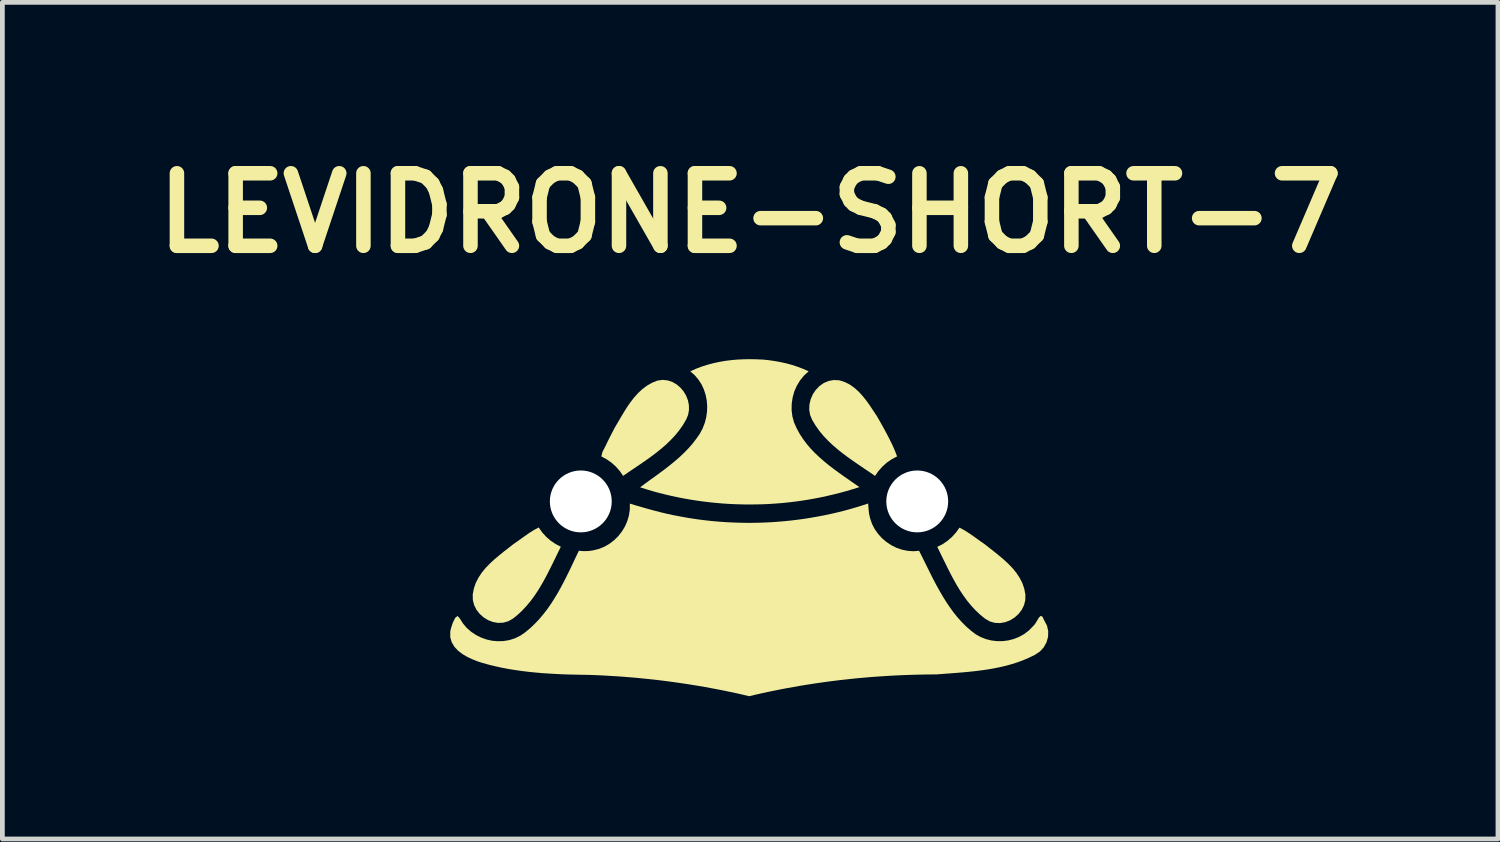
<source format=kicad_pcb>
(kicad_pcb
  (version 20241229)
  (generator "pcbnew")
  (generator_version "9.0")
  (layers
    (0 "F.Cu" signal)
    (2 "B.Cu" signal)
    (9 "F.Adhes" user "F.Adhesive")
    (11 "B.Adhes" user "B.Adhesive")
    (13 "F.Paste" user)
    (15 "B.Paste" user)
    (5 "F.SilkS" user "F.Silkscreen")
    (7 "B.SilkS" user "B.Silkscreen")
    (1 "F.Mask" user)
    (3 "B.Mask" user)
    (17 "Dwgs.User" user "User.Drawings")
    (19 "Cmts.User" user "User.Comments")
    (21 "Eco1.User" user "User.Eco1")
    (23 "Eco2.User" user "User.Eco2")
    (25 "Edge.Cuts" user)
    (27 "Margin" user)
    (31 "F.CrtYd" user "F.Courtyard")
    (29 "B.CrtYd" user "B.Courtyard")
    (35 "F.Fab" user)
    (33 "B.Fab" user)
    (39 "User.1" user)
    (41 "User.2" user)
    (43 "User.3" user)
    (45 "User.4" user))
  (footprint "LEVIDRONE-SHORT-7"
    (layer "F.Cu")
    (at 12.715 8.027)
    (property "Reference" "LEVIDRONE-SHORT-7" (at 0 -6.601 0) (layer "F.SilkS") (effects (font (size 1.524 1.524) (thickness 0.305))))
    (attr smd)
    (fp_poly (pts (xy 2.649 -2.355) (xy 2.718 -2.235) (xy 2.788 -2.111) (xy 2.856 -1.986) (xy 2.922 -1.86) (xy 2.984 -1.734) (xy 3.039 -1.609) (xy 3.087 -1.486) (xy 2.976 -1.428) (xy 2.872 -1.356) (xy 2.779 -1.273) (xy 2.695 -1.179) (xy 2.624 -1.076) (xy 2.512 -1.153) (xy 2.398 -1.229) (xy 2.284 -1.307) (xy 2.17 -1.385) (xy 2.057 -1.465) (xy 1.946 -1.548) (xy 1.838 -1.634) (xy 1.734 -1.723) (xy 1.635 -1.817) (xy 1.541 -1.916) (xy 1.454 -2.021) (xy 1.375 -2.132) (xy 1.303 -2.251) (xy 1.259 -2.357) (xy 1.24 -2.468) (xy 1.245 -2.58) (xy 1.271 -2.688) (xy 1.316 -2.791) (xy 1.378 -2.884) (xy 1.455 -2.964) (xy 1.545 -3.028) (xy 1.646 -3.071) (xy 1.756 -3.091) (xy 1.873 -3.085) (xy 1.989 -3.048) (xy 2.096 -2.994) (xy 2.193 -2.924) (xy 2.283 -2.843) (xy 2.366 -2.752) (xy 2.443 -2.655) (xy 2.515 -2.554) (xy 2.582 -2.453) (xy 2.647 -2.354) (xy 2.649 -2.355)) (stroke (width 0) (type solid)) (fill yes) (layer "F.SilkS"))
    (fp_poly (pts (xy -3.979 0.411) (xy -4.036 0.527) (xy -4.093 0.645) (xy -4.151 0.763) (xy -4.209 0.88) (xy -4.269 0.998) (xy -4.331 1.114) (xy -4.396 1.228) (xy -4.464 1.339) (xy -4.537 1.448) (xy -4.614 1.552) (xy -4.697 1.652) (xy -4.785 1.747) (xy -4.88 1.837) (xy -4.982 1.92) (xy -5.083 1.978) (xy -5.189 2.008) (xy -5.298 2.013) (xy -5.405 1.994) (xy -5.508 1.955) (xy -5.602 1.897) (xy -5.685 1.823) (xy -5.753 1.736) (xy -5.802 1.637) (xy -5.829 1.529) (xy -5.831 1.415) (xy -5.807 1.289) (xy -5.766 1.17) (xy -5.709 1.06) (xy -5.64 0.956) (xy -5.56 0.858) (xy -5.471 0.766) (xy -5.376 0.678) (xy -5.277 0.595) (xy -5.177 0.514) (xy -5.077 0.436) (xy -4.979 0.36) (xy -4.874 0.286) (xy -4.766 0.209) (xy -4.658 0.133) (xy -4.55 0.064) (xy -4.445 0.007) (xy -4.373 0.109) (xy -4.289 0.202) (xy -4.195 0.284) (xy -4.091 0.354) (xy -3.979 0.413) (xy -3.979 0.411)) (stroke (width 0) (type solid)) (fill yes) (layer "F.SilkS"))
    (fp_poly (pts (xy 3.931 0.415) (xy 3.988 0.531) (xy 4.045 0.648) (xy 4.103 0.766) (xy 4.161 0.884) (xy 4.221 1.002) (xy 4.283 1.117) (xy 4.348 1.232) (xy 4.416 1.343) (xy 4.489 1.451) (xy 4.566 1.556) (xy 4.649 1.656) (xy 4.737 1.751) (xy 4.832 1.84) (xy 4.934 1.923) (xy 5.035 1.982) (xy 5.141 2.012) (xy 5.25 2.017) (xy 5.357 1.998) (xy 5.46 1.959) (xy 5.554 1.901) (xy 5.637 1.827) (xy 5.705 1.739) (xy 5.754 1.641) (xy 5.781 1.533) (xy 5.783 1.419) (xy 5.759 1.293) (xy 5.718 1.174) (xy 5.661 1.064) (xy 5.592 0.96) (xy 5.512 0.862) (xy 5.423 0.77) (xy 5.329 0.683) (xy 5.23 0.599) (xy 5.13 0.518) (xy 5.03 0.44) (xy 4.933 0.363) (xy 4.827 0.29) (xy 4.72 0.212) (xy 4.611 0.136) (xy 4.503 0.067) (xy 4.397 0.011) (xy 4.325 0.113) (xy 4.241 0.206) (xy 4.146 0.288) (xy 4.042 0.359) (xy 3.93 0.416) (xy 3.931 0.415)) (stroke (width 0) (type solid)) (fill yes) (layer "F.SilkS"))
    (fp_poly (pts (xy -2.999 -1.793) (xy -3.048 -1.689) (xy -3.105 -1.581) (xy -3.128 -1.486) (xy -3.018 -1.426) (xy -2.916 -1.355) (xy -2.824 -1.273) (xy -2.742 -1.18) (xy -2.671 -1.077) (xy -2.559 -1.154) (xy -2.445 -1.231) (xy -2.331 -1.308) (xy -2.217 -1.386) (xy -2.104 -1.466) (xy -1.993 -1.549) (xy -1.885 -1.635) (xy -1.781 -1.724) (xy -1.682 -1.818) (xy -1.588 -1.917) (xy -1.501 -2.022) (xy -1.421 -2.134) (xy -1.35 -2.252) (xy -1.307 -2.352) (xy -1.287 -2.455) (xy -1.288 -2.56) (xy -1.308 -2.663) (xy -1.346 -2.761) (xy -1.399 -2.851) (xy -1.467 -2.932) (xy -1.546 -2.999) (xy -1.635 -3.05) (xy -1.733 -3.083) (xy -1.838 -3.094) (xy -1.947 -3.08) (xy -2.064 -3.033) (xy -2.171 -2.972) (xy -2.269 -2.898) (xy -2.359 -2.814) (xy -2.442 -2.721) (xy -2.519 -2.621) (xy -2.591 -2.517) (xy -2.658 -2.409) (xy -2.723 -2.3) (xy -2.786 -2.193) (xy -2.848 -2.087) (xy -2.899 -1.989) (xy -2.949 -1.891) (xy -2.999 -1.792) (xy -2.999 -1.793)) (stroke (width 0) (type solid)) (fill yes) (layer "F.SilkS"))
    (fp_poly (pts (xy 0.25 -3.521) (xy 0.122 -3.527) (xy -0.007 -3.529) (xy -0.136 -3.527) (xy -0.265 -3.521) (xy -0.393 -3.51) (xy -0.521 -3.494) (xy -0.648 -3.472) (xy -0.774 -3.445) (xy -0.898 -3.412) (xy -1.021 -3.373) (xy -1.141 -3.327) (xy -1.259 -3.274) (xy -1.166 -3.192) (xy -1.088 -3.1) (xy -1.023 -2.999) (xy -0.973 -2.891) (xy -0.936 -2.777) (xy -0.913 -2.66) (xy -0.904 -2.54) (xy -0.908 -2.42) (xy -0.926 -2.3) (xy -0.957 -2.183) (xy -1.001 -2.071) (xy -1.058 -1.964) (xy -1.127 -1.865) (xy -1.207 -1.76) (xy -1.294 -1.66) (xy -1.387 -1.564) (xy -1.485 -1.471) (xy -1.587 -1.383) (xy -1.691 -1.298) (xy -1.797 -1.215) (xy -1.904 -1.136) (xy -2.01 -1.058) (xy -2.115 -0.983) (xy -2.216 -0.909) (xy -2.314 -0.837) (xy -2.185 -0.796) (xy -2.056 -0.757) (xy -1.925 -0.721) (xy -1.793 -0.688) (xy -1.661 -0.657) (xy -1.527 -0.628) (xy -1.393 -0.602) (xy -1.257 -0.578) (xy -1.122 -0.557) (xy -0.985 -0.538) (xy -0.848 -0.522) (xy -0.711 -0.508) (xy -0.573 -0.496) (xy -0.435 -0.487) (xy -0.297 -0.481) (xy -0.159 -0.477) (xy -0.02 -0.476) (xy 0.118 -0.477) (xy 0.256 -0.48) (xy 0.394 -0.486) (xy 0.532 -0.495) (xy 0.67 -0.506) (xy 0.807 -0.52) (xy 0.943 -0.536) (xy 1.079 -0.555) (xy 1.215 -0.576) (xy 1.349 -0.6) (xy 1.483 -0.626) (xy 1.62 -0.656) (xy 1.756 -0.688) (xy 1.892 -0.722) (xy 2.027 -0.759) (xy 2.161 -0.799) (xy 2.295 -0.84) (xy 2.189 -0.914) (xy 2.082 -0.988) (xy 1.974 -1.063) (xy 1.867 -1.14) (xy 1.76 -1.218) (xy 1.655 -1.298) (xy 1.553 -1.382) (xy 1.454 -1.468) (xy 1.359 -1.558) (xy 1.269 -1.652) (xy 1.185 -1.751) (xy 1.108 -1.855) (xy 1.037 -1.964) (xy 0.975 -2.079) (xy 0.921 -2.2) (xy 0.886 -2.328) (xy 0.87 -2.459) (xy 0.872 -2.591) (xy 0.891 -2.722) (xy 0.926 -2.849) (xy 0.979 -2.97) (xy 1.047 -3.082) (xy 1.13 -3.184) (xy 1.228 -3.274) (xy 1.114 -3.325) (xy 0.997 -3.369) (xy 0.879 -3.408) (xy 0.758 -3.441) (xy 0.636 -3.468) (xy 0.513 -3.49) (xy 0.39 -3.508) (xy 0.266 -3.521) (xy 0.25 -3.521)) (stroke (width 0) (type solid)) (fill yes) (layer "F.SilkS"))
    (fp_poly (pts (xy -0.023 3.553) (xy 0.109 3.522) (xy 0.242 3.492) (xy 0.374 3.463) (xy 0.507 3.436) (xy 0.64 3.409) (xy 0.774 3.384) (xy 0.907 3.36) (xy 1.041 3.336) (xy 1.176 3.314) (xy 1.31 3.293) (xy 1.445 3.273) (xy 1.58 3.254) (xy 1.715 3.236) (xy 1.851 3.219) (xy 1.987 3.204) (xy 2.123 3.189) (xy 2.259 3.175) (xy 2.396 3.163) (xy 2.533 3.151) (xy 2.67 3.141) (xy 2.808 3.132) (xy 2.945 3.123) (xy 3.083 3.116) (xy 3.222 3.11) (xy 3.36 3.105) (xy 3.499 3.101) (xy 3.638 3.098) (xy 3.777 3.096) (xy 3.916 3.095) (xy 4.048 3.085) (xy 4.18 3.075) (xy 4.313 3.065) (xy 4.446 3.054) (xy 4.579 3.042) (xy 4.712 3.028) (xy 4.844 3.012) (xy 4.976 2.993) (xy 5.107 2.971) (xy 5.237 2.945) (xy 5.366 2.915) (xy 5.494 2.88) (xy 5.62 2.84) (xy 5.744 2.794) (xy 5.866 2.741) (xy 5.986 2.682) (xy 6.089 2.613) (xy 6.17 2.524) (xy 6.227 2.42) (xy 6.259 2.306) (xy 6.263 2.188) (xy 6.237 2.071) (xy 6.179 1.961) (xy 6.139 1.878) (xy 6.102 1.867) (xy 6.065 1.904) (xy 6.026 1.969) (xy 5.984 2.038) (xy 5.936 2.091) (xy 5.85 2.177) (xy 5.754 2.249) (xy 5.649 2.307) (xy 5.539 2.351) (xy 5.423 2.381) (xy 5.305 2.396) (xy 5.186 2.396) (xy 5.068 2.382) (xy 4.953 2.353) (xy 4.841 2.309) (xy 4.737 2.251) (xy 4.64 2.177) (xy 4.538 2.088) (xy 4.443 1.992) (xy 4.353 1.892) (xy 4.269 1.787) (xy 4.19 1.678) (xy 4.115 1.566) (xy 4.044 1.451) (xy 3.976 1.334) (xy 3.91 1.215) (xy 3.847 1.095) (xy 3.786 0.974) (xy 3.726 0.854) (xy 3.667 0.734) (xy 3.608 0.615) (xy 3.549 0.498) (xy 3.426 0.507) (xy 3.305 0.498) (xy 3.186 0.473) (xy 3.071 0.433) (xy 2.962 0.378) (xy 2.861 0.311) (xy 2.768 0.232) (xy 2.687 0.142) (xy 2.617 0.043) (xy 2.561 -0.065) (xy 2.521 -0.18) (xy 2.497 -0.286) (xy 2.486 -0.398) (xy 2.478 -0.496) (xy 2.349 -0.454) (xy 2.219 -0.414) (xy 2.088 -0.376) (xy 1.956 -0.34) (xy 1.822 -0.307) (xy 1.688 -0.276) (xy 1.554 -0.248) (xy 1.418 -0.222) (xy 1.282 -0.198) (xy 1.145 -0.176) (xy 1.008 -0.157) (xy 0.87 -0.14) (xy 0.731 -0.126) (xy 0.593 -0.114) (xy 0.454 -0.104) (xy 0.315 -0.097) (xy 0.175 -0.092) (xy 0.036 -0.09) (xy -0.103 -0.09) (xy -0.243 -0.093) (xy -0.382 -0.098) (xy -0.521 -0.105) (xy -0.66 -0.115) (xy -0.798 -0.127) (xy -0.936 -0.142) (xy -1.073 -0.159) (xy -1.21 -0.179) (xy -1.347 -0.201) (xy -1.482 -0.226) (xy -1.615 -0.251) (xy -1.749 -0.28) (xy -1.882 -0.312) (xy -2.014 -0.346) (xy -2.145 -0.382) (xy -2.275 -0.419) (xy -2.404 -0.456) (xy -2.529 -0.494) (xy -2.53 -0.369) (xy -2.548 -0.247) (xy -2.582 -0.129) (xy -2.631 -0.016) (xy -2.694 0.089) (xy -2.77 0.186) (xy -2.856 0.272) (xy -2.953 0.347) (xy -3.059 0.409) (xy -3.172 0.456) (xy -3.292 0.487) (xy -3.393 0.502) (xy -3.498 0.505) (xy -3.601 0.497) (xy -3.66 0.621) (xy -3.719 0.745) (xy -3.778 0.87) (xy -3.839 0.995) (xy -3.901 1.119) (xy -3.966 1.242) (xy -4.033 1.364) (xy -4.104 1.483) (xy -4.178 1.599) (xy -4.256 1.713) (xy -4.34 1.822) (xy -4.428 1.927) (xy -4.522 2.027) (xy -4.622 2.122) (xy -4.729 2.211) (xy -4.832 2.282) (xy -4.942 2.336) (xy -5.058 2.373) (xy -5.178 2.394) (xy -5.299 2.398) (xy -5.42 2.388) (xy -5.539 2.362) (xy -5.654 2.321) (xy -5.763 2.267) (xy -5.864 2.199) (xy -5.956 2.119) (xy -6.035 2.026) (xy -6.102 1.921) (xy -6.149 1.867) (xy -6.2 1.908) (xy -6.247 2.003) (xy -6.284 2.112) (xy -6.303 2.193) (xy -6.303 2.314) (xy -6.272 2.421) (xy -6.216 2.515) (xy -6.139 2.597) (xy -6.047 2.668) (xy -5.944 2.728) (xy -5.835 2.779) (xy -5.726 2.822) (xy -5.621 2.856) (xy -5.486 2.893) (xy -5.349 2.926) (xy -5.212 2.956) (xy -5.074 2.982) (xy -4.935 3.004) (xy -4.796 3.024) (xy -4.657 3.041) (xy -4.517 3.055) (xy -4.377 3.068) (xy -4.237 3.077) (xy -4.097 3.085) (xy -3.957 3.092) (xy -3.816 3.097) (xy -3.676 3.1) (xy -3.536 3.103) (xy -3.397 3.105) (xy -3.259 3.11) (xy -3.121 3.116) (xy -2.983 3.124) (xy -2.846 3.132) (xy -2.709 3.141) (xy -2.572 3.152) (xy -2.435 3.163) (xy -2.299 3.176) (xy -2.163 3.19) (xy -2.027 3.204) (xy -1.892 3.22) (xy -1.756 3.237) (xy -1.621 3.255) (xy -1.486 3.274) (xy -1.352 3.294) (xy -1.218 3.315) (xy -1.084 3.337) (xy -0.95 3.36) (xy -0.816 3.385) (xy -0.683 3.41) (xy -0.55 3.436) (xy -0.418 3.464) (xy -0.285 3.492) (xy -0.153 3.522) (xy -0.022 3.553) (xy -0.023 3.553)) (stroke (width 0) (type solid)) (fill yes) (layer "F.SilkS"))
    (pad "" np_thru_hole circle (at -3.56 -0.54) (size 1.3 1.3) (drill 1.3) (layers "*.Cu" "*.Mask"))
    (pad "" np_thru_hole circle (at 3.51 -0.54) (size 1.3 1.3) (drill 1.3) (layers "*.Cu" "*.Mask")))
  (gr_rect
    (start -3 -3)
    (end 28.429 14.58)
    (stroke (width 0.1) (type default))
    (fill no)
    (layer "Edge.Cuts")))
</source>
